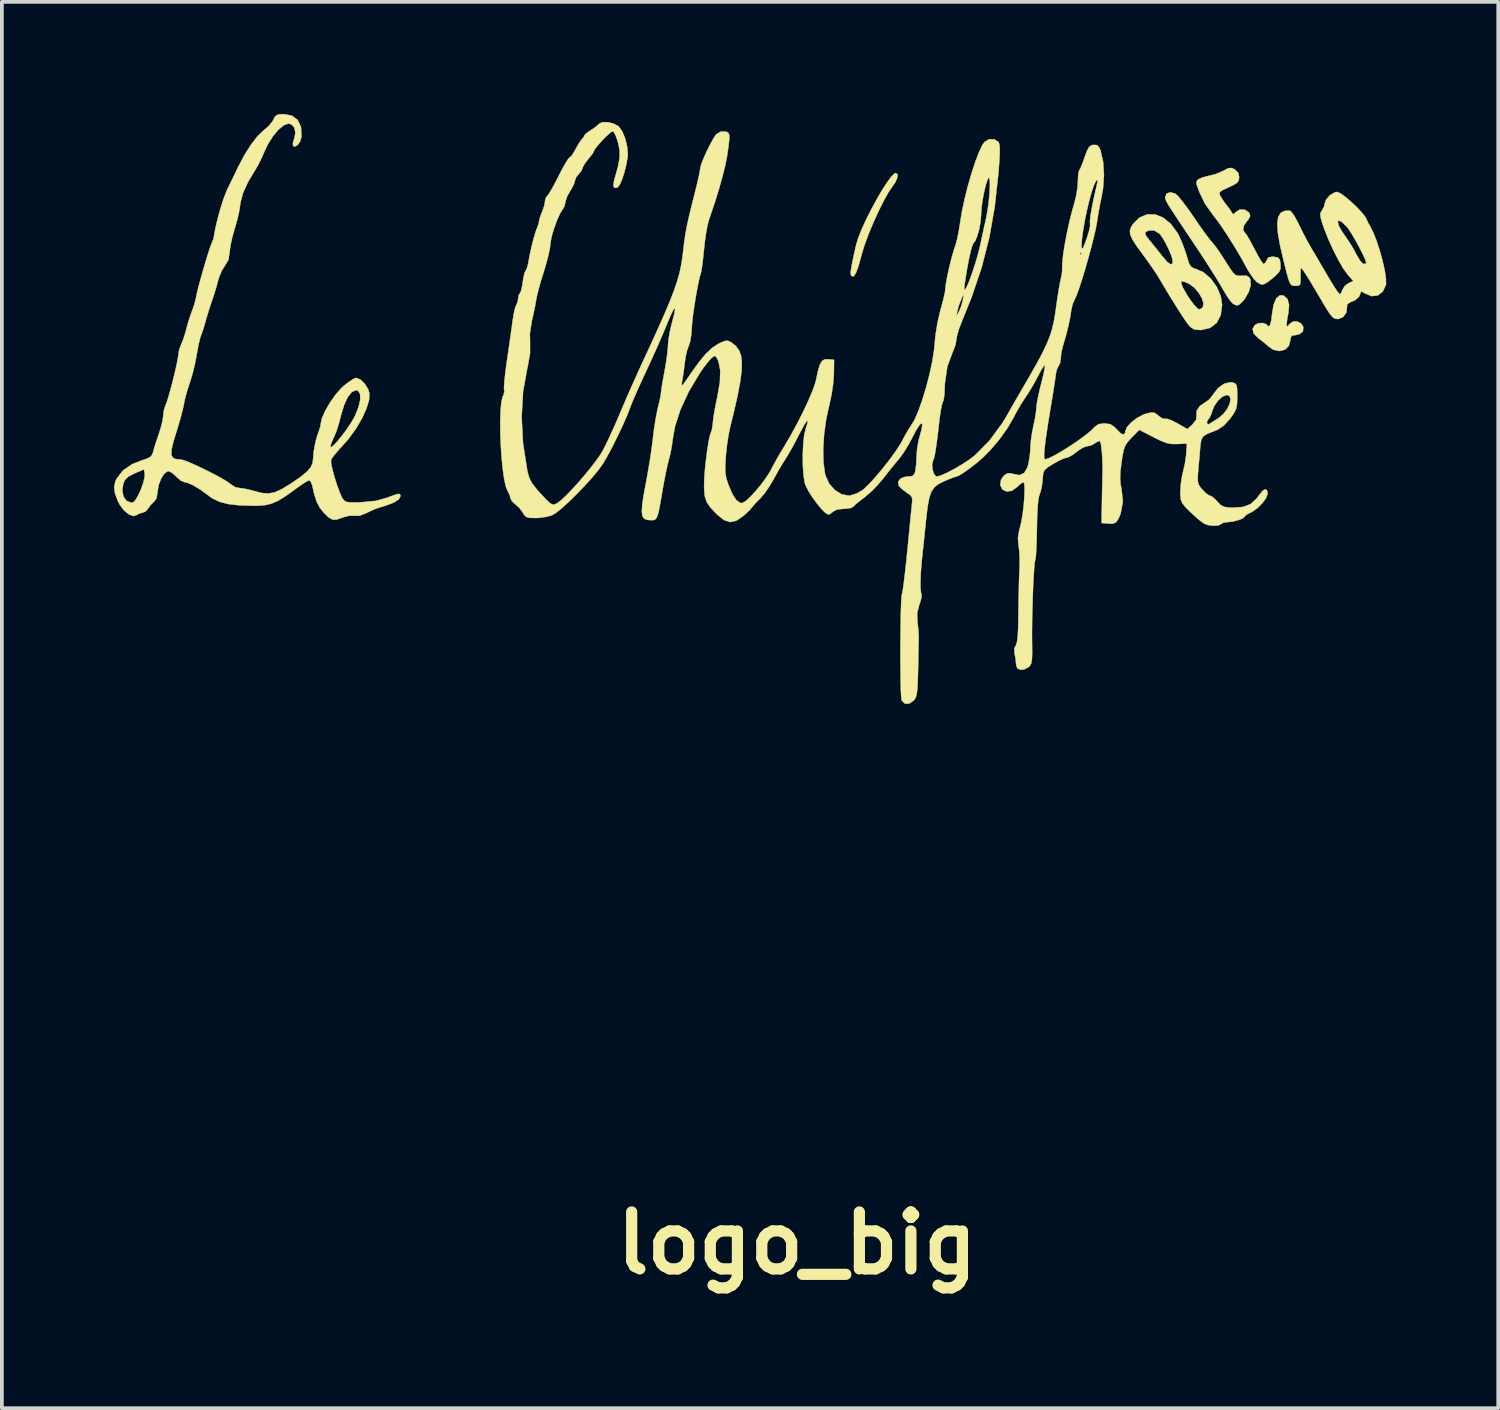
<source format=kicad_pcb>
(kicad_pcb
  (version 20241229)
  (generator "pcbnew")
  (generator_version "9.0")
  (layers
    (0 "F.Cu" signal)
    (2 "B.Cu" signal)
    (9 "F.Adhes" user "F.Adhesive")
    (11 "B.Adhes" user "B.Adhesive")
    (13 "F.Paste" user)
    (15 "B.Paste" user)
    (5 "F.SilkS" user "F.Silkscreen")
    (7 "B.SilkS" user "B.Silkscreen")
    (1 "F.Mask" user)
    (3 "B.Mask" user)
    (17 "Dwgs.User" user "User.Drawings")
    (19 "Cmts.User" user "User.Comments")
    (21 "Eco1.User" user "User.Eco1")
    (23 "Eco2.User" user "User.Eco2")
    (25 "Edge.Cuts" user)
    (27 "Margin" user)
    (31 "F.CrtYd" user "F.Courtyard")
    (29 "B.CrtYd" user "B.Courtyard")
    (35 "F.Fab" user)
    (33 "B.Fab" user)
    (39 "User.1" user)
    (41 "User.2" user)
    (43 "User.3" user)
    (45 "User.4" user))
  (footprint "logo_big"
    (layer "F.Cu")
    (at 18.288 30.231)
    (property "Reference" "logo_big" (at 0 0 0) (layer "F.SilkS") (effects (font (size 1.524 1.524) (thickness 0.3))))
    (attr through_hole)
    (fp_poly (pts (xy 2.69 -28.614) (xy 2.683 -28.521) (xy 2.631 -28.4) (xy 2.565 -28.305) (xy 2.457 -28.148) (xy 2.328 -27.918) (xy 2.188 -27.639) (xy 2.048 -27.332) (xy 1.919 -27.022) (xy 1.811 -26.732) (xy 1.734 -26.485) (xy 1.725 -26.45) (xy 1.647 -26.161) (xy 1.576 -25.971) (xy 1.514 -25.881) (xy 1.459 -25.892) (xy 1.45 -25.905) (xy 1.438 -25.939) (xy 1.436 -25.996) (xy 1.449 -26.093) (xy 1.477 -26.244) (xy 1.524 -26.466) (xy 1.581 -26.721) (xy 1.636 -26.905) (xy 1.727 -27.134) (xy 1.844 -27.391) (xy 1.979 -27.661) (xy 2.123 -27.927) (xy 2.266 -28.174) (xy 2.401 -28.384) (xy 2.517 -28.544) (xy 2.608 -28.635) (xy 2.645 -28.651) (xy 2.69 -28.614)) (stroke (width 0.01) (type solid)) (fill yes) (layer "F.SilkS"))
    (fp_poly (pts (xy 13.025 -25.37) (xy 13.128 -25.279) (xy 13.173 -25.121) (xy 13.155 -24.915) (xy 13.155 -24.911) (xy 13.125 -24.757) (xy 13.11 -24.629) (xy 13.109 -24.613) (xy 13.115 -24.542) (xy 13.145 -24.559) (xy 13.18 -24.604) (xy 13.279 -24.673) (xy 13.392 -24.673) (xy 13.493 -24.621) (xy 13.553 -24.532) (xy 13.546 -24.423) (xy 13.532 -24.397) (xy 13.441 -24.33) (xy 13.341 -24.31) (xy 13.242 -24.293) (xy 13.21 -24.219) (xy 13.208 -24.178) (xy 13.167 -24.022) (xy 13.062 -23.921) (xy 12.916 -23.883) (xy 12.755 -23.917) (xy 12.636 -23.996) (xy 12.5 -24.112) (xy 12.352 -24.226) (xy 12.349 -24.228) (xy 12.225 -24.352) (xy 12.197 -24.476) (xy 12.253 -24.577) (xy 12.35 -24.626) (xy 12.47 -24.635) (xy 12.561 -24.601) (xy 12.573 -24.587) (xy 12.625 -24.538) (xy 12.666 -24.579) (xy 12.698 -24.714) (xy 12.717 -24.877) (xy 12.76 -25.129) (xy 12.832 -25.298) (xy 12.929 -25.376) (xy 13.025 -25.37)) (stroke (width 0.01) (type solid)) (fill yes) (layer "F.SilkS"))
    (fp_poly (pts (xy 10.124 -28.098) (xy 10.127 -28.096) (xy 10.197 -28.033) (xy 10.307 -27.902) (xy 10.444 -27.722) (xy 10.593 -27.51) (xy 10.619 -27.471) (xy 10.769 -27.251) (xy 10.91 -27.054) (xy 11.025 -26.899) (xy 11.101 -26.806) (xy 11.108 -26.799) (xy 11.184 -26.708) (xy 11.293 -26.557) (xy 11.416 -26.371) (xy 11.469 -26.288) (xy 11.588 -26.099) (xy 11.671 -25.982) (xy 11.737 -25.92) (xy 11.803 -25.897) (xy 11.887 -25.898) (xy 11.905 -25.9) (xy 12.036 -25.899) (xy 12.105 -25.858) (xy 12.136 -25.798) (xy 12.146 -25.648) (xy 12.092 -25.465) (xy 11.987 -25.282) (xy 11.927 -25.21) (xy 11.837 -25.124) (xy 11.773 -25.103) (xy 11.69 -25.139) (xy 11.673 -25.149) (xy 11.607 -25.217) (xy 11.514 -25.348) (xy 11.412 -25.517) (xy 11.399 -25.541) (xy 11.309 -25.696) (xy 11.175 -25.913) (xy 11.011 -26.172) (xy 10.83 -26.452) (xy 10.674 -26.688) (xy 10.438 -27.04) (xy 10.252 -27.318) (xy 10.111 -27.531) (xy 10.009 -27.689) (xy 9.938 -27.802) (xy 9.894 -27.879) (xy 9.869 -27.931) (xy 9.859 -27.967) (xy 9.856 -27.997) (xy 9.856 -28.005) (xy 9.894 -28.099) (xy 9.993 -28.133) (xy 10.124 -28.098)) (stroke (width 0.01) (type solid)) (fill yes) (layer "F.SilkS"))
    (fp_poly (pts (xy 11.713 -28.751) (xy 11.814 -28.653) (xy 11.836 -28.538) (xy 11.825 -28.451) (xy 11.777 -28.385) (xy 11.669 -28.32) (xy 11.555 -28.267) (xy 11.401 -28.196) (xy 11.325 -28.144) (xy 11.308 -28.095) (xy 11.334 -28.029) (xy 11.334 -28.029) (xy 11.41 -27.908) (xy 11.508 -27.777) (xy 11.509 -27.777) (xy 11.594 -27.665) (xy 11.646 -27.579) (xy 11.648 -27.574) (xy 11.684 -27.544) (xy 11.745 -27.602) (xy 11.853 -27.671) (xy 11.984 -27.667) (xy 12.095 -27.594) (xy 12.109 -27.574) (xy 12.131 -27.493) (xy 12.081 -27.402) (xy 12.051 -27.368) (xy 11.96 -27.235) (xy 11.943 -27.119) (xy 11.99 -27.05) (xy 12.035 -26.993) (xy 12.111 -26.867) (xy 12.204 -26.695) (xy 12.245 -26.615) (xy 12.34 -26.436) (xy 12.422 -26.298) (xy 12.48 -26.221) (xy 12.494 -26.213) (xy 12.545 -26.255) (xy 12.574 -26.317) (xy 12.623 -26.391) (xy 12.724 -26.409) (xy 12.768 -26.406) (xy 12.876 -26.384) (xy 12.926 -26.325) (xy 12.944 -26.206) (xy 12.944 -26.091) (xy 12.908 -26.003) (xy 12.818 -25.907) (xy 12.736 -25.837) (xy 12.591 -25.723) (xy 12.494 -25.669) (xy 12.418 -25.669) (xy 12.333 -25.714) (xy 12.304 -25.734) (xy 12.228 -25.815) (xy 12.126 -25.961) (xy 12.018 -26.144) (xy 11.986 -26.204) (xy 11.874 -26.406) (xy 11.734 -26.642) (xy 11.58 -26.889) (xy 11.428 -27.123) (xy 11.292 -27.322) (xy 11.187 -27.461) (xy 11.167 -27.483) (xy 10.918 -27.832) (xy 10.769 -28.145) (xy 10.71 -28.302) (xy 10.69 -28.392) (xy 10.706 -28.445) (xy 10.745 -28.481) (xy 10.848 -28.528) (xy 10.999 -28.569) (xy 11.041 -28.577) (xy 11.225 -28.626) (xy 11.401 -28.702) (xy 11.421 -28.714) (xy 11.544 -28.778) (xy 11.632 -28.784) (xy 11.713 -28.751)) (stroke (width 0.01) (type solid)) (fill yes) (layer "F.SilkS"))
    (fp_poly (pts (xy 9.586 -27.54) (xy 9.802 -27.454) (xy 10.005 -27.289) (xy 10.183 -27.048) (xy 10.228 -26.963) (xy 10.322 -26.749) (xy 10.408 -26.511) (xy 10.439 -26.407) (xy 10.489 -26.241) (xy 10.54 -26.149) (xy 10.609 -26.102) (xy 10.669 -26.085) (xy 10.881 -25.992) (xy 11.077 -25.822) (xy 11.237 -25.6) (xy 11.344 -25.352) (xy 11.379 -25.122) (xy 11.343 -24.845) (xy 11.235 -24.638) (xy 11.061 -24.504) (xy 10.825 -24.448) (xy 10.795 -24.446) (xy 10.641 -24.459) (xy 10.535 -24.522) (xy 10.48 -24.583) (xy 10.397 -24.698) (xy 10.278 -24.878) (xy 10.137 -25.099) (xy 9.987 -25.34) (xy 9.844 -25.577) (xy 9.745 -25.746) (xy 10.286 -25.746) (xy 10.288 -25.683) (xy 10.338 -25.565) (xy 10.422 -25.417) (xy 10.523 -25.261) (xy 10.626 -25.123) (xy 10.716 -25.026) (xy 10.772 -24.994) (xy 10.832 -25.028) (xy 10.864 -25.061) (xy 10.883 -25.156) (xy 10.841 -25.292) (xy 10.754 -25.442) (xy 10.636 -25.58) (xy 10.506 -25.678) (xy 10.383 -25.733) (xy 10.299 -25.751) (xy 10.286 -25.746) (xy 9.745 -25.746) (xy 9.721 -25.787) (xy 9.71 -25.806) (xy 9.623 -25.947) (xy 9.494 -26.138) (xy 9.345 -26.348) (xy 9.26 -26.464) (xy 9.089 -26.698) (xy 8.977 -26.872) (xy 8.92 -27.003) (xy 8.917 -27.037) (xy 9.317 -27.037) (xy 9.342 -26.969) (xy 9.427 -26.859) (xy 9.542 -26.72) (xy 9.682 -26.546) (xy 9.776 -26.426) (xy 9.91 -26.269) (xy 10.001 -26.202) (xy 10.05 -26.226) (xy 10.058 -26.291) (xy 10.034 -26.399) (xy 9.971 -26.56) (xy 9.886 -26.738) (xy 9.796 -26.9) (xy 9.716 -27.012) (xy 9.708 -27.021) (xy 9.56 -27.114) (xy 9.408 -27.108) (xy 9.351 -27.08) (xy 9.317 -27.037) (xy 8.917 -27.037) (xy 8.911 -27.108) (xy 8.945 -27.206) (xy 8.994 -27.283) (xy 9.169 -27.457) (xy 9.371 -27.542) (xy 9.586 -27.54)) (stroke (width 0.01) (type solid)) (fill yes) (layer "F.SilkS"))
    (fp_poly (pts (xy 14.543 -28.108) (xy 14.672 -28.016) (xy 14.825 -27.887) (xy 14.981 -27.74) (xy 15.117 -27.595) (xy 15.213 -27.472) (xy 15.239 -27.425) (xy 15.298 -27.301) (xy 15.339 -27.229) (xy 15.426 -27.058) (xy 15.517 -26.829) (xy 15.602 -26.566) (xy 15.677 -26.294) (xy 15.734 -26.038) (xy 15.766 -25.822) (xy 15.768 -25.671) (xy 15.765 -25.655) (xy 15.681 -25.474) (xy 15.546 -25.371) (xy 15.379 -25.353) (xy 15.201 -25.428) (xy 15.118 -25.477) (xy 15.089 -25.46) (xy 15.088 -25.436) (xy 15.045 -25.337) (xy 14.94 -25.244) (xy 14.81 -25.188) (xy 14.808 -25.188) (xy 14.729 -25.136) (xy 14.723 -25.072) (xy 14.709 -24.92) (xy 14.625 -24.799) (xy 14.496 -24.741) (xy 14.472 -24.74) (xy 14.405 -24.749) (xy 14.342 -24.786) (xy 14.271 -24.868) (xy 14.179 -25.007) (xy 14.052 -25.22) (xy 14.044 -25.235) (xy 13.841 -25.58) (xy 13.683 -25.84) (xy 13.571 -26.014) (xy 13.506 -26.101) (xy 13.491 -26.111) (xy 13.481 -26.066) (xy 13.478 -25.95) (xy 13.479 -25.87) (xy 13.48 -25.724) (xy 13.461 -25.654) (xy 13.405 -25.631) (xy 13.34 -25.629) (xy 13.281 -25.631) (xy 13.236 -25.65) (xy 13.198 -25.699) (xy 13.16 -25.794) (xy 13.115 -25.951) (xy 13.055 -26.185) (xy 13.023 -26.314) (xy 12.928 -26.727) (xy 12.872 -27.054) (xy 12.857 -27.301) (xy 12.883 -27.475) (xy 12.951 -27.585) (xy 13.062 -27.637) (xy 13.197 -27.641) (xy 13.247 -27.595) (xy 13.325 -27.479) (xy 13.414 -27.315) (xy 13.437 -27.267) (xy 13.543 -27.052) (xy 13.656 -26.838) (xy 13.75 -26.669) (xy 13.753 -26.664) (xy 13.858 -26.488) (xy 13.981 -26.278) (xy 14.067 -26.13) (xy 14.246 -25.825) (xy 14.38 -25.605) (xy 14.473 -25.467) (xy 14.527 -25.406) (xy 14.536 -25.402) (xy 14.572 -25.443) (xy 14.598 -25.518) (xy 14.665 -25.627) (xy 14.761 -25.697) (xy 14.893 -25.757) (xy 14.738 -25.935) (xy 14.625 -26.09) (xy 14.494 -26.317) (xy 14.356 -26.587) (xy 14.224 -26.876) (xy 14.113 -27.157) (xy 14.079 -27.254) (xy 14.05 -27.347) (xy 14.475 -27.347) (xy 14.499 -27.247) (xy 14.587 -27.088) (xy 14.618 -27.043) (xy 14.747 -26.855) (xy 14.839 -26.713) (xy 14.915 -26.582) (xy 14.996 -26.429) (xy 15.075 -26.302) (xy 15.147 -26.224) (xy 15.174 -26.213) (xy 15.235 -26.229) (xy 15.24 -26.24) (xy 15.216 -26.321) (xy 15.152 -26.464) (xy 15.061 -26.643) (xy 14.958 -26.834) (xy 14.855 -27.011) (xy 14.766 -27.15) (xy 14.724 -27.205) (xy 14.592 -27.334) (xy 14.507 -27.379) (xy 14.475 -27.347) (xy 14.05 -27.347) (xy 14.025 -27.427) (xy 14.007 -27.533) (xy 14.021 -27.6) (xy 14.05 -27.639) (xy 14.111 -27.753) (xy 14.122 -27.821) (xy 14.165 -27.939) (xy 14.267 -28.054) (xy 14.393 -28.13) (xy 14.459 -28.143) (xy 14.543 -28.108)) (stroke (width 0.01) (type solid)) (fill yes) (layer "F.SilkS"))
    (fp_poly (pts (xy -13.524 -30.186) (xy -13.368 -30.07) (xy -13.28 -29.883) (xy -13.266 -29.631) (xy -13.268 -29.616) (xy -13.304 -29.491) (xy -13.372 -29.396) (xy -13.448 -29.358) (xy -13.492 -29.375) (xy -13.498 -29.441) (xy -13.466 -29.554) (xy -13.462 -29.566) (xy -13.429 -29.727) (xy -13.459 -29.866) (xy -13.542 -29.954) (xy -13.615 -29.972) (xy -13.741 -29.928) (xy -13.887 -29.807) (xy -14.035 -29.629) (xy -14.17 -29.412) (xy -14.249 -29.245) (xy -14.339 -29.042) (xy -14.434 -28.851) (xy -14.512 -28.72) (xy -14.7 -28.406) (xy -14.834 -28.108) (xy -14.903 -27.847) (xy -14.908 -27.796) (xy -14.933 -27.631) (xy -14.982 -27.414) (xy -15.046 -27.187) (xy -15.057 -27.153) (xy -15.119 -26.933) (xy -15.166 -26.721) (xy -15.188 -26.556) (xy -15.189 -26.534) (xy -15.223 -26.324) (xy -15.314 -26.173) (xy -15.403 -26.031) (xy -15.478 -25.848) (xy -15.498 -25.776) (xy -15.551 -25.578) (xy -15.621 -25.353) (xy -15.657 -25.248) (xy -15.731 -25.028) (xy -15.804 -24.789) (xy -15.832 -24.689) (xy -15.882 -24.514) (xy -15.93 -24.368) (xy -15.955 -24.308) (xy -15.985 -24.212) (xy -16.024 -24.047) (xy -16.062 -23.842) (xy -16.074 -23.774) (xy -16.122 -23.526) (xy -16.185 -23.27) (xy -16.249 -23.058) (xy -16.256 -23.038) (xy -16.326 -22.825) (xy -16.386 -22.603) (xy -16.411 -22.479) (xy -16.446 -22.316) (xy -16.504 -22.094) (xy -16.575 -21.851) (xy -16.608 -21.742) (xy -16.696 -21.456) (xy -16.744 -21.25) (xy -16.752 -21.113) (xy -16.717 -21.032) (xy -16.638 -20.992) (xy -16.513 -20.98) (xy -16.501 -20.98) (xy -16.409 -20.957) (xy -16.251 -20.895) (xy -16.049 -20.805) (xy -15.826 -20.697) (xy -15.603 -20.584) (xy -15.404 -20.476) (xy -15.249 -20.384) (xy -15.163 -20.319) (xy -15.161 -20.317) (xy -15.042 -20.24) (xy -14.94 -20.218) (xy -14.813 -20.203) (xy -14.642 -20.165) (xy -14.559 -20.142) (xy -14.337 -20.084) (xy -14.156 -20.068) (xy -13.986 -20.1) (xy -13.799 -20.184) (xy -13.565 -20.326) (xy -13.536 -20.345) (xy -13.292 -20.513) (xy -13.125 -20.649) (xy -13.021 -20.768) (xy -12.969 -20.885) (xy -12.954 -21.015) (xy -12.954 -21.016) (xy -12.94 -21.186) (xy -12.916 -21.322) (xy -12.495 -21.322) (xy -12.468 -21.311) (xy -12.397 -21.368) (xy -12.297 -21.477) (xy -12.179 -21.622) (xy -12.058 -21.785) (xy -11.946 -21.952) (xy -11.856 -22.104) (xy -11.836 -22.144) (xy -11.74 -22.379) (xy -11.694 -22.58) (xy -11.698 -22.732) (xy -11.752 -22.819) (xy -11.809 -22.835) (xy -11.919 -22.786) (xy -12.027 -22.65) (xy -12.126 -22.439) (xy -12.208 -22.168) (xy -12.216 -22.134) (xy -12.272 -21.92) (xy -12.339 -21.717) (xy -12.398 -21.576) (xy -12.459 -21.442) (xy -12.493 -21.341) (xy -12.495 -21.322) (xy -12.916 -21.322) (xy -12.903 -21.395) (xy -12.853 -21.596) (xy -12.8 -21.745) (xy -12.796 -21.754) (xy -12.756 -21.882) (xy -12.751 -21.94) (xy -12.719 -22.086) (xy -12.632 -22.28) (xy -12.509 -22.494) (xy -12.364 -22.703) (xy -12.213 -22.879) (xy -12.129 -22.957) (xy -11.987 -23.065) (xy -11.869 -23.14) (xy -11.807 -23.165) (xy -11.692 -23.121) (xy -11.575 -23.011) (xy -11.484 -22.865) (xy -11.448 -22.751) (xy -11.458 -22.57) (xy -11.529 -22.338) (xy -11.649 -22.076) (xy -11.808 -21.805) (xy -11.995 -21.546) (xy -12.14 -21.38) (xy -12.283 -21.224) (xy -12.397 -21.086) (xy -12.466 -20.989) (xy -12.475 -20.969) (xy -12.473 -20.88) (xy -12.441 -20.724) (xy -12.389 -20.529) (xy -12.325 -20.321) (xy -12.256 -20.129) (xy -12.191 -19.979) (xy -12.164 -19.93) (xy -12.12 -19.876) (xy -12.059 -19.844) (xy -11.956 -19.831) (xy -11.787 -19.83) (xy -11.673 -19.834) (xy -11.273 -19.873) (xy -10.973 -19.957) (xy -10.792 -20.025) (xy -10.686 -20.057) (xy -10.634 -20.053) (xy -10.618 -20.017) (xy -10.617 -19.991) (xy -10.666 -19.909) (xy -10.804 -19.823) (xy -11.02 -19.741) (xy -11.125 -19.711) (xy -11.31 -19.649) (xy -11.484 -19.569) (xy -11.522 -19.548) (xy -11.714 -19.472) (xy -11.837 -19.474) (xy -11.99 -19.474) (xy -12.157 -19.432) (xy -12.163 -19.429) (xy -12.32 -19.372) (xy -12.432 -19.368) (xy -12.536 -19.426) (xy -12.66 -19.545) (xy -12.772 -19.682) (xy -12.857 -19.841) (xy -12.925 -20.05) (xy -12.978 -20.282) (xy -13.016 -20.383) (xy -13.062 -20.422) (xy -13.127 -20.393) (xy -13.248 -20.317) (xy -13.401 -20.209) (xy -13.428 -20.188) (xy -13.684 -20.004) (xy -13.889 -19.877) (xy -14.069 -19.798) (xy -14.25 -19.756) (xy -14.457 -19.742) (xy -14.529 -19.741) (xy -14.918 -19.752) (xy -15.223 -19.786) (xy -15.462 -19.847) (xy -15.649 -19.937) (xy -15.723 -19.989) (xy -15.957 -20.162) (xy -16.164 -20.289) (xy -16.325 -20.359) (xy -16.39 -20.371) (xy -16.484 -20.407) (xy -16.596 -20.497) (xy -16.625 -20.527) (xy -16.73 -20.622) (xy -16.825 -20.667) (xy -16.846 -20.667) (xy -16.936 -20.605) (xy -17.022 -20.473) (xy -17.088 -20.305) (xy -17.119 -20.133) (xy -17.12 -20.108) (xy -17.15 -19.932) (xy -17.213 -19.853) (xy -17.312 -19.754) (xy -17.367 -19.672) (xy -17.446 -19.585) (xy -17.518 -19.558) (xy -17.63 -19.525) (xy -17.669 -19.496) (xy -17.763 -19.465) (xy -17.885 -19.509) (xy -18.014 -19.613) (xy -18.129 -19.762) (xy -18.183 -19.866) (xy -18.261 -20.078) (xy -18.271 -20.152) (xy -18.065 -20.152) (xy -18.033 -19.988) (xy -17.95 -19.871) (xy -17.827 -19.823) (xy -17.781 -19.826) (xy -17.725 -19.876) (xy -17.651 -19.996) (xy -17.573 -20.158) (xy -17.508 -20.339) (xy -17.468 -20.498) (xy -17.462 -20.596) (xy -17.485 -20.714) (xy -17.733 -20.609) (xy -17.899 -20.524) (xy -17.993 -20.432) (xy -18.036 -20.341) (xy -18.065 -20.152) (xy -18.271 -20.152) (xy -18.283 -20.242) (xy -18.25 -20.39) (xy -18.214 -20.469) (xy -18.047 -20.685) (xy -17.799 -20.855) (xy -17.553 -20.952) (xy -17.387 -21.008) (xy -17.294 -21.065) (xy -17.25 -21.142) (xy -17.242 -21.172) (xy -17.209 -21.29) (xy -17.154 -21.465) (xy -17.089 -21.657) (xy -17.027 -21.852) (xy -16.984 -22.031) (xy -16.967 -22.153) (xy -16.952 -22.294) (xy -16.921 -22.391) (xy -16.878 -22.503) (xy -16.82 -22.687) (xy -16.756 -22.917) (xy -16.692 -23.166) (xy -16.634 -23.409) (xy -16.589 -23.619) (xy -16.564 -23.77) (xy -16.561 -23.813) (xy -16.539 -23.928) (xy -16.488 -24.059) (xy -16.431 -24.198) (xy -16.374 -24.38) (xy -16.354 -24.46) (xy -16.296 -24.67) (xy -16.224 -24.886) (xy -16.2 -24.947) (xy -16.138 -25.127) (xy -16.092 -25.302) (xy -16.082 -25.354) (xy -16.058 -25.47) (xy -16.012 -25.651) (xy -15.951 -25.873) (xy -15.883 -26.113) (xy -15.813 -26.347) (xy -15.749 -26.553) (xy -15.697 -26.706) (xy -15.665 -26.783) (xy -15.622 -26.891) (xy -15.616 -26.923) (xy -15.575 -27.157) (xy -15.509 -27.436) (xy -15.429 -27.724) (xy -15.343 -27.987) (xy -15.263 -28.19) (xy -15.249 -28.219) (xy -15.143 -28.436) (xy -15.031 -28.668) (xy -14.966 -28.804) (xy -14.801 -29.119) (xy -14.622 -29.403) (xy -14.444 -29.634) (xy -14.28 -29.791) (xy -14.266 -29.801) (xy -14.134 -29.917) (xy -14.035 -30.045) (xy -14.019 -30.079) (xy -13.966 -30.174) (xy -13.888 -30.216) (xy -13.749 -30.226) (xy -13.745 -30.226) (xy -13.524 -30.186)) (stroke (width 0.01) (type solid)) (fill yes) (layer "F.SilkS"))
    (fp_poly (pts (xy -4.918 -29.974) (xy -4.786 -29.905) (xy -4.771 -29.892) (xy -4.677 -29.759) (xy -4.598 -29.564) (xy -4.546 -29.343) (xy -4.531 -29.136) (xy -4.534 -29.09) (xy -4.569 -28.882) (xy -4.622 -28.67) (xy -4.684 -28.479) (xy -4.747 -28.335) (xy -4.803 -28.263) (xy -4.807 -28.261) (xy -4.887 -28.25) (xy -4.917 -28.306) (xy -4.9 -28.438) (xy -4.865 -28.563) (xy -4.788 -28.843) (xy -4.75 -29.062) (xy -4.749 -29.248) (xy -4.783 -29.434) (xy -4.799 -29.492) (xy -4.852 -29.642) (xy -4.904 -29.743) (xy -4.935 -29.769) (xy -4.994 -29.734) (xy -5.095 -29.644) (xy -5.213 -29.525) (xy -5.324 -29.402) (xy -5.406 -29.298) (xy -5.435 -29.242) (xy -5.466 -29.18) (xy -5.545 -29.076) (xy -5.588 -29.024) (xy -5.68 -28.905) (xy -5.735 -28.809) (xy -5.74 -28.784) (xy -5.775 -28.703) (xy -5.842 -28.626) (xy -5.919 -28.526) (xy -5.944 -28.447) (xy -5.971 -28.354) (xy -6.039 -28.222) (xy -6.071 -28.173) (xy -6.15 -28.033) (xy -6.194 -27.909) (xy -6.198 -27.878) (xy -6.23 -27.75) (xy -6.267 -27.69) (xy -6.343 -27.569) (xy -6.426 -27.383) (xy -6.505 -27.167) (xy -6.568 -26.956) (xy -6.601 -26.785) (xy -6.604 -26.742) (xy -6.62 -26.616) (xy -6.662 -26.423) (xy -6.724 -26.192) (xy -6.78 -26.007) (xy -6.856 -25.762) (xy -6.922 -25.528) (xy -6.969 -25.336) (xy -6.987 -25.24) (xy -7.017 -25.066) (xy -7.062 -24.851) (xy -7.097 -24.703) (xy -7.152 -24.358) (xy -7.148 -24.108) (xy -7.148 -23.827) (xy -7.205 -23.496) (xy -7.22 -23.433) (xy -7.334 -22.801) (xy -7.373 -22.12) (xy -7.335 -21.409) (xy -7.222 -20.687) (xy -7.213 -20.641) (xy -7.167 -20.485) (xy -7.092 -20.342) (xy -6.971 -20.184) (xy -6.857 -20.057) (xy -6.711 -19.903) (xy -6.615 -19.813) (xy -6.548 -19.774) (xy -6.49 -19.777) (xy -6.422 -19.81) (xy -6.418 -19.812) (xy -6.307 -19.897) (xy -6.152 -20.045) (xy -5.968 -20.238) (xy -5.772 -20.459) (xy -5.58 -20.689) (xy -5.408 -20.909) (xy -5.27 -21.102) (xy -5.209 -21.202) (xy -5.122 -21.37) (xy -5.011 -21.604) (xy -4.888 -21.874) (xy -4.767 -22.153) (xy -4.746 -22.203) (xy -4.609 -22.525) (xy -4.449 -22.892) (xy -4.285 -23.259) (xy -4.142 -23.571) (xy -3.899 -24.096) (xy -3.697 -24.541) (xy -3.531 -24.917) (xy -3.397 -25.236) (xy -3.292 -25.508) (xy -3.211 -25.746) (xy -3.15 -25.96) (xy -3.106 -26.162) (xy -3.073 -26.362) (xy -3.05 -26.545) (xy -3.023 -26.778) (xy -2.993 -26.988) (xy -2.955 -27.2) (xy -2.904 -27.435) (xy -2.837 -27.718) (xy -2.748 -28.07) (xy -2.723 -28.169) (xy -2.668 -28.393) (xy -2.624 -28.588) (xy -2.597 -28.729) (xy -2.591 -28.78) (xy -2.568 -28.874) (xy -2.508 -29.029) (xy -2.425 -29.216) (xy -2.331 -29.406) (xy -2.24 -29.571) (xy -2.166 -29.684) (xy -2.046 -29.756) (xy -1.947 -29.76) (xy -1.879 -29.748) (xy -1.835 -29.721) (xy -1.814 -29.661) (xy -1.815 -29.552) (xy -1.834 -29.376) (xy -1.871 -29.117) (xy -1.872 -29.108) (xy -1.918 -28.871) (xy -1.994 -28.564) (xy -2.092 -28.213) (xy -2.207 -27.843) (xy -2.33 -27.478) (xy -2.359 -27.397) (xy -2.396 -27.256) (xy -2.435 -27.046) (xy -2.47 -26.8) (xy -2.489 -26.624) (xy -2.513 -26.391) (xy -2.536 -26.191) (xy -2.557 -26.05) (xy -2.569 -25.994) (xy -2.607 -25.861) (xy -2.652 -25.654) (xy -2.699 -25.402) (xy -2.744 -25.131) (xy -2.782 -24.87) (xy -2.808 -24.645) (xy -2.817 -24.511) (xy -2.832 -24.311) (xy -2.862 -24.136) (xy -2.898 -24.028) (xy -2.942 -23.908) (xy -2.982 -23.732) (xy -3.002 -23.597) (xy -3.028 -23.389) (xy -3.057 -23.187) (xy -3.074 -23.089) (xy -3.089 -22.999) (xy -3.084 -22.962) (xy -3.053 -22.985) (xy -2.985 -23.076) (xy -2.871 -23.241) (xy -2.839 -23.289) (xy -2.627 -23.586) (xy -2.445 -23.806) (xy -2.278 -23.963) (xy -2.112 -24.074) (xy -2.062 -24.099) (xy -1.935 -24.153) (xy -1.851 -24.159) (xy -1.767 -24.119) (xy -1.751 -24.108) (xy -1.638 -24.017) (xy -1.555 -23.906) (xy -1.501 -23.765) (xy -1.478 -23.584) (xy -1.484 -23.354) (xy -1.521 -23.064) (xy -1.589 -22.705) (xy -1.687 -22.268) (xy -1.797 -21.819) (xy -1.837 -21.621) (xy -1.875 -21.369) (xy -1.903 -21.109) (xy -1.908 -21.05) (xy -1.922 -20.812) (xy -1.919 -20.638) (xy -1.897 -20.492) (xy -1.85 -20.34) (xy -1.831 -20.288) (xy -1.724 -20.041) (xy -1.621 -19.886) (xy -1.516 -19.817) (xy -1.474 -19.812) (xy -1.395 -19.851) (xy -1.276 -19.955) (xy -1.134 -20.105) (xy -0.985 -20.281) (xy -0.847 -20.465) (xy -0.735 -20.636) (xy -0.698 -20.705) (xy -0.608 -20.875) (xy -0.489 -21.086) (xy -0.364 -21.295) (xy -0.354 -21.311) (xy -0.177 -21.611) (xy -0.001 -21.933) (xy 0.163 -22.257) (xy 0.306 -22.563) (xy 0.419 -22.831) (xy 0.492 -23.041) (xy 0.509 -23.109) (xy 0.563 -23.359) (xy 0.614 -23.524) (xy 0.671 -23.619) (xy 0.743 -23.66) (xy 0.833 -23.663) (xy 0.991 -23.647) (xy 0.986 -23.266) (xy 0.967 -23.008) (xy 0.924 -22.717) (xy 0.872 -22.479) (xy 0.784 -22.08) (xy 0.726 -21.667) (xy 0.7 -21.266) (xy 0.707 -20.903) (xy 0.748 -20.603) (xy 0.762 -20.549) (xy 0.86 -20.334) (xy 1.012 -20.161) (xy 1.194 -20.048) (xy 1.384 -20.011) (xy 1.428 -20.016) (xy 1.601 -20.072) (xy 1.758 -20.162) (xy 1.758 -20.163) (xy 1.902 -20.295) (xy 2.082 -20.49) (xy 2.278 -20.721) (xy 2.471 -20.966) (xy 2.641 -21.2) (xy 2.77 -21.399) (xy 2.805 -21.463) (xy 2.9 -21.64) (xy 2.991 -21.796) (xy 3.051 -21.884) (xy 3.147 -22.046) (xy 3.251 -22.287) (xy 3.357 -22.585) (xy 3.458 -22.918) (xy 3.547 -23.264) (xy 3.62 -23.602) (xy 3.669 -23.909) (xy 3.685 -24.09) (xy 3.712 -24.346) (xy 3.761 -24.642) (xy 3.801 -24.816) (xy 4.262 -24.816) (xy 4.335 -24.943) (xy 4.395 -25.085) (xy 4.438 -25.248) (xy 4.469 -25.425) (xy 4.396 -25.267) (xy 4.334 -25.108) (xy 4.293 -24.963) (xy 4.262 -24.816) (xy 3.801 -24.816) (xy 3.824 -24.92) (xy 3.837 -24.968) (xy 3.894 -25.177) (xy 3.938 -25.354) (xy 3.963 -25.473) (xy 3.966 -25.502) (xy 3.97 -25.538) (xy 4.475 -25.538) (xy 4.493 -25.517) (xy 4.537 -25.587) (xy 4.605 -25.746) (xy 4.688 -25.973) (xy 4.769 -26.217) (xy 4.844 -26.476) (xy 4.9 -26.698) (xy 4.905 -26.721) (xy 4.954 -26.95) (xy 5.012 -27.215) (xy 5.059 -27.427) (xy 5.097 -27.628) (xy 5.128 -27.848) (xy 5.15 -28.068) (xy 5.162 -28.265) (xy 5.162 -28.42) (xy 5.15 -28.511) (xy 5.131 -28.525) (xy 5.094 -28.458) (xy 5.05 -28.318) (xy 5.006 -28.13) (xy 4.967 -27.922) (xy 4.939 -27.721) (xy 4.928 -27.553) (xy 4.928 -27.544) (xy 4.914 -27.355) (xy 4.878 -27.153) (xy 4.827 -26.967) (xy 4.77 -26.829) (xy 4.724 -26.772) (xy 4.691 -26.707) (xy 4.648 -26.555) (xy 4.599 -26.333) (xy 4.547 -26.053) (xy 4.496 -25.732) (xy 4.484 -25.654) (xy 4.475 -25.538) (xy 3.97 -25.538) (xy 3.98 -25.648) (xy 4.017 -25.86) (xy 4.071 -26.11) (xy 4.135 -26.367) (xy 4.203 -26.601) (xy 4.244 -26.726) (xy 4.283 -26.864) (xy 4.324 -27.064) (xy 4.361 -27.288) (xy 4.368 -27.335) (xy 4.417 -27.634) (xy 4.488 -27.962) (xy 4.573 -28.301) (xy 4.669 -28.632) (xy 4.768 -28.935) (xy 4.865 -29.192) (xy 4.954 -29.384) (xy 5.016 -29.477) (xy 5.139 -29.552) (xy 5.279 -29.554) (xy 5.387 -29.487) (xy 5.412 -29.437) (xy 5.425 -29.352) (xy 5.427 -29.215) (xy 5.418 -29.012) (xy 5.398 -28.727) (xy 5.39 -28.636) (xy 5.293 -27.747) (xy 5.147 -26.92) (xy 4.944 -26.125) (xy 4.677 -25.331) (xy 4.424 -24.704) (xy 4.348 -24.509) (xy 4.292 -24.331) (xy 4.268 -24.205) (xy 4.267 -24.194) (xy 4.244 -24.057) (xy 4.185 -23.893) (xy 4.164 -23.849) (xy 4.023 -23.467) (xy 3.958 -23.021) (xy 3.953 -22.885) (xy 3.944 -22.713) (xy 3.924 -22.579) (xy 3.904 -22.523) (xy 3.878 -22.449) (xy 3.849 -22.301) (xy 3.819 -22.105) (xy 3.809 -22.015) (xy 3.765 -21.634) (xy 3.727 -21.345) (xy 3.694 -21.138) (xy 3.664 -21.005) (xy 3.638 -20.939) (xy 3.615 -20.84) (xy 3.627 -20.713) (xy 3.665 -20.595) (xy 3.719 -20.528) (xy 3.737 -20.523) (xy 3.845 -20.55) (xy 4.012 -20.623) (xy 4.212 -20.728) (xy 4.421 -20.851) (xy 4.616 -20.979) (xy 4.763 -21.092) (xy 5.152 -21.485) (xy 5.503 -21.964) (xy 5.635 -22.185) (xy 5.757 -22.402) (xy 5.889 -22.631) (xy 5.992 -22.809) (xy 6.228 -23.214) (xy 6.417 -23.547) (xy 6.565 -23.824) (xy 6.678 -24.059) (xy 6.763 -24.267) (xy 6.826 -24.463) (xy 6.873 -24.662) (xy 6.911 -24.88) (xy 6.936 -25.055) (xy 6.971 -25.304) (xy 7.007 -25.534) (xy 7.04 -25.715) (xy 7.058 -25.799) (xy 7.088 -25.941) (xy 7.099 -26.05) (xy 7.098 -26.06) (xy 7.099 -26.216) (xy 7.123 -26.446) (xy 7.13 -26.492) (xy 7.569 -26.492) (xy 7.595 -26.467) (xy 7.62 -26.492) (xy 7.595 -26.518) (xy 7.569 -26.492) (xy 7.13 -26.492) (xy 7.166 -26.729) (xy 7.175 -26.774) (xy 7.617 -26.774) (xy 7.619 -26.656) (xy 7.641 -26.619) (xy 7.666 -26.663) (xy 7.713 -26.779) (xy 7.767 -26.931) (xy 7.817 -27.097) (xy 7.845 -27.226) (xy 7.845 -27.285) (xy 7.84 -27.359) (xy 7.858 -27.515) (xy 7.896 -27.736) (xy 7.951 -28.006) (xy 8.006 -28.245) (xy 8.04 -28.397) (xy 8.046 -28.464) (xy 8.026 -28.46) (xy 8.003 -28.432) (xy 7.95 -28.328) (xy 7.892 -28.157) (xy 7.83 -27.939) (xy 7.77 -27.691) (xy 7.715 -27.432) (xy 7.669 -27.18) (xy 7.635 -26.955) (xy 7.617 -26.774) (xy 7.175 -26.774) (xy 7.225 -27.04) (xy 7.294 -27.359) (xy 7.371 -27.66) (xy 7.42 -27.827) (xy 7.474 -28.047) (xy 7.51 -28.278) (xy 7.518 -28.415) (xy 7.525 -28.574) (xy 7.542 -28.688) (xy 7.556 -28.723) (xy 7.591 -28.787) (xy 7.645 -28.919) (xy 7.7 -29.074) (xy 7.765 -29.249) (xy 7.822 -29.348) (xy 7.886 -29.393) (xy 7.936 -29.403) (xy 8.032 -29.396) (xy 8.093 -29.328) (xy 8.125 -29.251) (xy 8.194 -28.952) (xy 8.217 -28.601) (xy 8.192 -28.234) (xy 8.158 -28.042) (xy 8.108 -27.796) (xy 8.06 -27.532) (xy 8.029 -27.33) (xy 7.997 -27.156) (xy 7.943 -26.922) (xy 7.873 -26.646) (xy 7.792 -26.351) (xy 7.707 -26.055) (xy 7.623 -25.778) (xy 7.545 -25.542) (xy 7.48 -25.365) (xy 7.436 -25.27) (xy 7.376 -25.135) (xy 7.34 -24.97) (xy 7.338 -24.956) (xy 7.311 -24.778) (xy 7.26 -24.538) (xy 7.193 -24.274) (xy 7.118 -24.019) (xy 7.112 -23.999) (xy 7.074 -23.834) (xy 7.061 -23.692) (xy 7.043 -23.564) (xy 7.003 -23.483) (xy 6.955 -23.391) (xy 6.931 -23.282) (xy 6.918 -23.183) (xy 6.892 -23.005) (xy 6.855 -22.77) (xy 6.811 -22.501) (xy 6.79 -22.377) (xy 6.716 -21.923) (xy 6.662 -21.563) (xy 6.628 -21.294) (xy 6.614 -21.11) (xy 6.618 -21.008) (xy 6.636 -20.981) (xy 6.736 -21.011) (xy 6.897 -21.091) (xy 7.097 -21.206) (xy 7.315 -21.344) (xy 7.532 -21.491) (xy 7.726 -21.633) (xy 7.878 -21.758) (xy 7.966 -21.851) (xy 8.073 -21.926) (xy 8.228 -21.946) (xy 8.386 -21.925) (xy 8.506 -21.844) (xy 8.552 -21.793) (xy 8.668 -21.677) (xy 8.749 -21.646) (xy 8.786 -21.701) (xy 8.788 -21.732) (xy 8.831 -21.842) (xy 8.943 -21.968) (xy 9.097 -22.088) (xy 9.269 -22.18) (xy 9.335 -22.203) (xy 9.476 -22.238) (xy 9.564 -22.233) (xy 9.643 -22.181) (xy 9.674 -22.152) (xy 9.773 -22.082) (xy 9.848 -22.068) (xy 9.852 -22.071) (xy 9.922 -22.065) (xy 10.049 -22.017) (xy 10.179 -21.949) (xy 10.451 -21.794) (xy 10.588 -21.921) (xy 10.623 -21.965) (xy 10.973 -21.965) (xy 10.998 -21.917) (xy 11.036 -21.931) (xy 11.118 -21.983) (xy 11.243 -22.062) (xy 11.281 -22.085) (xy 11.411 -22.194) (xy 11.515 -22.329) (xy 11.582 -22.469) (xy 11.607 -22.593) (xy 11.58 -22.68) (xy 11.508 -22.708) (xy 11.39 -22.664) (xy 11.267 -22.554) (xy 11.166 -22.405) (xy 11.125 -22.301) (xy 11.08 -22.168) (xy 11.033 -22.082) (xy 11.022 -22.072) (xy 10.977 -21.999) (xy 10.973 -21.965) (xy 10.623 -21.965) (xy 10.686 -22.045) (xy 10.694 -22.146) (xy 10.699 -22.282) (xy 10.784 -22.412) (xy 10.923 -22.505) (xy 11.035 -22.586) (xy 11.135 -22.712) (xy 11.143 -22.726) (xy 11.269 -22.89) (xy 11.429 -23.004) (xy 11.594 -23.048) (xy 11.662 -23.042) (xy 11.728 -23.017) (xy 11.765 -22.971) (xy 11.781 -22.876) (xy 11.785 -22.709) (xy 11.785 -22.669) (xy 11.78 -22.475) (xy 11.756 -22.341) (xy 11.699 -22.222) (xy 11.596 -22.077) (xy 11.594 -22.075) (xy 11.436 -21.896) (xy 11.27 -21.783) (xy 11.155 -21.734) (xy 10.978 -21.666) (xy 10.875 -21.6) (xy 10.823 -21.511) (xy 10.8 -21.371) (xy 10.794 -21.305) (xy 10.778 -21.12) (xy 10.758 -20.888) (xy 10.741 -20.698) (xy 10.727 -20.507) (xy 10.731 -20.383) (xy 10.76 -20.294) (xy 10.821 -20.207) (xy 10.845 -20.178) (xy 10.946 -20.076) (xy 11.031 -20.019) (xy 11.049 -20.015) (xy 11.122 -19.979) (xy 11.221 -19.889) (xy 11.251 -19.854) (xy 11.343 -19.76) (xy 11.436 -19.711) (xy 11.572 -19.692) (xy 11.67 -19.689) (xy 11.938 -19.709) (xy 12.139 -19.785) (xy 12.301 -19.93) (xy 12.368 -20.022) (xy 12.47 -20.148) (xy 12.547 -20.186) (xy 12.591 -20.136) (xy 12.598 -20.065) (xy 12.56 -19.952) (xy 12.46 -19.814) (xy 12.327 -19.68) (xy 12.185 -19.579) (xy 12.141 -19.558) (xy 12.037 -19.504) (xy 11.989 -19.458) (xy 11.989 -19.455) (xy 11.944 -19.41) (xy 11.833 -19.363) (xy 11.69 -19.324) (xy 11.548 -19.304) (xy 11.527 -19.304) (xy 11.413 -19.288) (xy 11.354 -19.253) (xy 11.278 -19.214) (xy 11.147 -19.205) (xy 11 -19.225) (xy 10.906 -19.259) (xy 10.815 -19.322) (xy 10.681 -19.434) (xy 10.533 -19.571) (xy 10.528 -19.575) (xy 10.39 -19.713) (xy 10.311 -19.813) (xy 10.273 -19.91) (xy 10.262 -20.033) (xy 10.262 -20.119) (xy 10.276 -20.338) (xy 10.313 -20.565) (xy 10.335 -20.654) (xy 10.383 -20.865) (xy 10.416 -21.09) (xy 10.422 -21.156) (xy 10.436 -21.407) (xy 10.18 -21.394) (xy 10.03 -21.395) (xy 9.889 -21.423) (xy 9.725 -21.487) (xy 9.543 -21.577) (xy 9.163 -21.774) (xy 8.956 -21.564) (xy 8.856 -21.454) (xy 8.79 -21.356) (xy 8.746 -21.239) (xy 8.712 -21.073) (xy 8.687 -20.905) (xy 8.656 -20.652) (xy 8.649 -20.462) (xy 8.665 -20.298) (xy 8.687 -20.191) (xy 8.723 -19.848) (xy 8.662 -19.526) (xy 8.603 -19.392) (xy 8.538 -19.295) (xy 8.451 -19.261) (xy 8.341 -19.263) (xy 8.153 -19.279) (xy 8.162 -19.812) (xy 8.166 -20.06) (xy 8.171 -20.292) (xy 8.176 -20.475) (xy 8.178 -20.549) (xy 8.181 -20.745) (xy 8.175 -20.96) (xy 8.162 -21.166) (xy 8.145 -21.336) (xy 8.124 -21.445) (xy 8.114 -21.469) (xy 8.054 -21.467) (xy 7.985 -21.42) (xy 7.864 -21.353) (xy 7.775 -21.336) (xy 7.667 -21.304) (xy 7.533 -21.222) (xy 7.485 -21.184) (xy 7.361 -21.091) (xy 7.254 -21.037) (xy 7.225 -21.031) (xy 7.137 -21.006) (xy 6.997 -20.941) (xy 6.863 -20.865) (xy 6.713 -20.772) (xy 6.629 -20.698) (xy 6.591 -20.613) (xy 6.577 -20.485) (xy 6.575 -20.438) (xy 6.554 -20.261) (xy 6.518 -20.109) (xy 6.496 -20.057) (xy 6.465 -19.944) (xy 6.442 -19.731) (xy 6.427 -19.419) (xy 6.422 -19.143) (xy 6.416 -18.866) (xy 6.408 -18.624) (xy 6.397 -18.435) (xy 6.385 -18.319) (xy 6.378 -18.292) (xy 6.363 -18.221) (xy 6.348 -18.065) (xy 6.334 -17.843) (xy 6.32 -17.57) (xy 6.309 -17.265) (xy 6.299 -16.945) (xy 6.293 -16.626) (xy 6.29 -16.326) (xy 6.292 -16.063) (xy 6.292 -16.049) (xy 6.295 -15.805) (xy 6.29 -15.64) (xy 6.274 -15.535) (xy 6.244 -15.468) (xy 6.203 -15.423) (xy 6.084 -15.36) (xy 5.986 -15.35) (xy 5.898 -15.387) (xy 5.865 -15.482) (xy 5.863 -15.519) (xy 5.847 -15.675) (xy 5.821 -15.789) (xy 5.818 -15.928) (xy 5.851 -15.987) (xy 5.884 -16.072) (xy 5.908 -16.236) (xy 5.921 -16.488) (xy 5.925 -16.683) (xy 5.928 -16.93) (xy 5.931 -17.145) (xy 5.933 -17.306) (xy 5.935 -17.386) (xy 5.939 -17.512) (xy 5.939 -17.59) (xy 5.942 -17.696) (xy 5.948 -17.867) (xy 5.957 -18.069) (xy 5.958 -18.085) (xy 5.961 -18.307) (xy 5.951 -18.521) (xy 5.931 -18.677) (xy 5.913 -18.872) (xy 5.947 -19.083) (xy 5.969 -19.16) (xy 6.007 -19.321) (xy 6.04 -19.523) (xy 6.067 -19.744) (xy 6.085 -19.961) (xy 6.092 -20.152) (xy 6.088 -20.295) (xy 6.07 -20.367) (xy 6.062 -20.371) (xy 5.996 -20.337) (xy 5.903 -20.254) (xy 5.893 -20.244) (xy 5.752 -20.143) (xy 5.608 -20.122) (xy 5.497 -20.178) (xy 5.44 -20.298) (xy 5.461 -20.44) (xy 5.54 -20.551) (xy 5.639 -20.614) (xy 5.747 -20.605) (xy 5.784 -20.592) (xy 5.954 -20.561) (xy 6.079 -20.617) (xy 6.166 -20.764) (xy 6.19 -20.846) (xy 6.228 -21.049) (xy 6.248 -21.262) (xy 6.248 -21.305) (xy 6.261 -21.477) (xy 6.292 -21.696) (xy 6.328 -21.877) (xy 6.37 -22.078) (xy 6.399 -22.26) (xy 6.409 -22.376) (xy 6.422 -22.492) (xy 6.457 -22.675) (xy 6.507 -22.894) (xy 6.535 -23.005) (xy 6.587 -23.211) (xy 6.622 -23.377) (xy 6.638 -23.482) (xy 6.636 -23.506) (xy 6.603 -23.476) (xy 6.539 -23.376) (xy 6.458 -23.226) (xy 6.449 -23.208) (xy 6.336 -22.998) (xy 6.207 -22.782) (xy 6.114 -22.642) (xy 5.991 -22.453) (xy 5.864 -22.232) (xy 5.8 -22.107) (xy 5.637 -21.825) (xy 5.419 -21.52) (xy 5.172 -21.228) (xy 4.962 -21.018) (xy 4.799 -20.879) (xy 4.625 -20.744) (xy 4.463 -20.629) (xy 4.336 -20.551) (xy 4.266 -20.523) (xy 4.198 -20.504) (xy 4.068 -20.454) (xy 3.937 -20.398) (xy 3.788 -20.323) (xy 3.678 -20.238) (xy 3.599 -20.125) (xy 3.542 -19.966) (xy 3.499 -19.744) (xy 3.462 -19.441) (xy 3.455 -19.378) (xy 3.425 -19.081) (xy 3.391 -18.756) (xy 3.359 -18.456) (xy 3.346 -18.339) (xy 3.318 -18.019) (xy 3.304 -17.744) (xy 3.305 -17.531) (xy 3.322 -17.394) (xy 3.334 -17.363) (xy 3.333 -17.294) (xy 3.3 -17.168) (xy 3.274 -17.094) (xy 3.215 -16.864) (xy 3.224 -16.627) (xy 3.224 -16.625) (xy 3.247 -16.435) (xy 3.258 -16.253) (xy 3.258 -16.205) (xy 3.255 -16.088) (xy 3.251 -15.895) (xy 3.246 -15.651) (xy 3.241 -15.38) (xy 3.24 -15.334) (xy 3.232 -15.048) (xy 3.222 -14.845) (xy 3.205 -14.707) (xy 3.181 -14.616) (xy 3.145 -14.554) (xy 3.129 -14.534) (xy 3.006 -14.445) (xy 2.892 -14.44) (xy 2.809 -14.52) (xy 2.799 -14.541) (xy 2.789 -14.621) (xy 2.78 -14.785) (xy 2.774 -15.016) (xy 2.77 -15.299) (xy 2.768 -15.615) (xy 2.768 -15.949) (xy 2.77 -16.283) (xy 2.774 -16.601) (xy 2.779 -16.886) (xy 2.787 -17.12) (xy 2.796 -17.288) (xy 2.808 -17.372) (xy 2.808 -17.374) (xy 2.828 -17.462) (xy 2.854 -17.643) (xy 2.886 -17.906) (xy 2.923 -18.243) (xy 2.964 -18.644) (xy 2.996 -18.979) (xy 3.02 -19.226) (xy 3.044 -19.473) (xy 3.065 -19.674) (xy 3.07 -19.716) (xy 3.085 -19.876) (xy 3.074 -19.97) (xy 3.026 -20.032) (xy 2.939 -20.091) (xy 2.817 -20.182) (xy 2.731 -20.268) (xy 2.725 -20.278) (xy 2.706 -20.383) (xy 2.771 -20.469) (xy 2.901 -20.518) (xy 2.972 -20.523) (xy 3.09 -20.537) (xy 3.146 -20.598) (xy 3.169 -20.682) (xy 3.188 -20.834) (xy 3.2 -21.022) (xy 3.2 -21.08) (xy 3.217 -21.282) (xy 3.257 -21.501) (xy 3.276 -21.569) (xy 3.335 -21.788) (xy 3.352 -21.916) (xy 3.331 -21.952) (xy 3.273 -21.896) (xy 3.181 -21.749) (xy 3.086 -21.566) (xy 2.973 -21.358) (xy 2.85 -21.159) (xy 2.74 -21.009) (xy 2.728 -20.994) (xy 2.611 -20.855) (xy 2.464 -20.673) (xy 2.32 -20.488) (xy 2.317 -20.484) (xy 2.155 -20.293) (xy 1.968 -20.104) (xy 1.803 -19.964) (xy 1.659 -19.854) (xy 1.549 -19.762) (xy 1.499 -19.712) (xy 1.433 -19.68) (xy 1.304 -19.661) (xy 1.248 -19.66) (xy 1.078 -19.641) (xy 0.971 -19.59) (xy 0.965 -19.583) (xy 0.882 -19.519) (xy 0.838 -19.507) (xy 0.763 -19.548) (xy 0.654 -19.655) (xy 0.53 -19.805) (xy 0.405 -19.978) (xy 0.298 -20.149) (xy 0.225 -20.298) (xy 0.207 -20.35) (xy 0.174 -20.553) (xy 0.156 -20.813) (xy 0.153 -21.099) (xy 0.165 -21.38) (xy 0.19 -21.622) (xy 0.229 -21.795) (xy 0.279 -21.952) (xy 0.287 -22.021) (xy 0.257 -22.003) (xy 0.19 -21.902) (xy 0.091 -21.718) (xy 0.047 -21.633) (xy -0.065 -21.417) (xy -0.18 -21.209) (xy -0.277 -21.046) (xy -0.302 -21.006) (xy -0.396 -20.858) (xy -0.511 -20.661) (xy -0.625 -20.456) (xy -0.63 -20.447) (xy -0.745 -20.252) (xy -0.871 -20.071) (xy -0.979 -19.943) (xy -0.986 -19.936) (xy -1.099 -19.824) (xy -1.182 -19.73) (xy -1.198 -19.708) (xy -1.263 -19.632) (xy -1.374 -19.525) (xy -1.437 -19.469) (xy -1.623 -19.341) (xy -1.79 -19.304) (xy -1.956 -19.358) (xy -2.14 -19.506) (xy -2.155 -19.52) (xy -2.319 -19.695) (xy -2.419 -19.843) (xy -2.47 -19.998) (xy -2.487 -20.196) (xy -2.488 -20.304) (xy -2.481 -20.504) (xy -2.462 -20.744) (xy -2.434 -21) (xy -2.401 -21.249) (xy -2.366 -21.465) (xy -2.332 -21.625) (xy -2.306 -21.7) (xy -2.276 -21.792) (xy -2.255 -21.935) (xy -2.253 -21.971) (xy -2.237 -22.112) (xy -2.203 -22.316) (xy -2.157 -22.55) (xy -2.134 -22.657) (xy -2.066 -23.046) (xy -2.055 -23.359) (xy -2.102 -23.601) (xy -2.137 -23.679) (xy -2.183 -23.749) (xy -2.23 -23.745) (xy -2.296 -23.69) (xy -2.377 -23.6) (xy -2.488 -23.457) (xy -2.601 -23.295) (xy -2.895 -22.803) (xy -3.12 -22.32) (xy -3.268 -21.862) (xy -3.325 -21.539) (xy -3.356 -21.321) (xy -3.398 -21.104) (xy -3.431 -20.98) (xy -3.467 -20.839) (xy -3.513 -20.627) (xy -3.563 -20.373) (xy -3.606 -20.131) (xy -3.656 -19.837) (xy -3.695 -19.629) (xy -3.729 -19.491) (xy -3.764 -19.41) (xy -3.805 -19.369) (xy -3.858 -19.356) (xy -3.907 -19.355) (xy -4.016 -19.363) (xy -4.093 -19.396) (xy -4.139 -19.466) (xy -4.156 -19.586) (xy -4.144 -19.766) (xy -4.107 -20.02) (xy -4.044 -20.36) (xy -4.037 -20.396) (xy -3.982 -20.703) (xy -3.928 -21.032) (xy -3.884 -21.34) (xy -3.857 -21.557) (xy -3.825 -21.817) (xy -3.783 -22.081) (xy -3.74 -22.303) (xy -3.724 -22.37) (xy -3.681 -22.546) (xy -3.652 -22.689) (xy -3.643 -22.758) (xy -3.634 -22.839) (xy -3.61 -22.993) (xy -3.574 -23.196) (xy -3.549 -23.332) (xy -3.507 -23.572) (xy -3.475 -23.801) (xy -3.457 -23.982) (xy -3.454 -24.044) (xy -3.44 -24.203) (xy -3.403 -24.413) (xy -3.352 -24.63) (xy -3.351 -24.633) (xy -3.291 -24.863) (xy -3.266 -24.997) (xy -3.273 -25.037) (xy -3.313 -24.983) (xy -3.385 -24.835) (xy -3.487 -24.594) (xy -3.503 -24.554) (xy -3.613 -24.292) (xy -3.75 -23.977) (xy -3.899 -23.647) (xy -4.041 -23.34) (xy -4.052 -23.317) (xy -4.174 -23.054) (xy -4.287 -22.804) (xy -4.38 -22.59) (xy -4.443 -22.436) (xy -4.455 -22.403) (xy -4.539 -22.183) (xy -4.66 -21.907) (xy -4.803 -21.604) (xy -4.952 -21.305) (xy -5.093 -21.042) (xy -5.198 -20.864) (xy -5.32 -20.696) (xy -5.488 -20.493) (xy -5.687 -20.273) (xy -5.9 -20.052) (xy -6.11 -19.846) (xy -6.303 -19.672) (xy -6.46 -19.546) (xy -6.555 -19.488) (xy -6.713 -19.444) (xy -6.911 -19.417) (xy -6.998 -19.413) (xy -7.159 -19.418) (xy -7.252 -19.443) (xy -7.31 -19.503) (xy -7.338 -19.553) (xy -7.436 -19.687) (xy -7.541 -19.78) (xy -7.634 -19.864) (xy -7.671 -19.942) (xy -7.697 -20.039) (xy -7.751 -20.141) (xy -7.799 -20.264) (xy -7.842 -20.465) (xy -7.879 -20.725) (xy -7.909 -21.025) (xy -7.93 -21.348) (xy -7.943 -21.674) (xy -7.946 -21.986) (xy -7.938 -22.263) (xy -7.919 -22.488) (xy -7.889 -22.643) (xy -7.864 -22.694) (xy -7.834 -22.793) (xy -7.841 -22.834) (xy -7.845 -22.91) (xy -7.835 -23.066) (xy -7.812 -23.281) (xy -7.779 -23.534) (xy -7.768 -23.609) (xy -7.725 -23.906) (xy -7.682 -24.206) (xy -7.644 -24.475) (xy -7.616 -24.679) (xy -7.615 -24.689) (xy -7.584 -24.879) (xy -7.55 -25.03) (xy -7.519 -25.113) (xy -7.516 -25.118) (xy -7.477 -25.204) (xy -7.468 -25.28) (xy -7.45 -25.382) (xy -7.423 -25.422) (xy -7.392 -25.484) (xy -7.361 -25.614) (xy -7.343 -25.729) (xy -7.317 -25.887) (xy -7.285 -26) (xy -7.265 -26.034) (xy -7.232 -26.097) (xy -7.198 -26.222) (xy -7.189 -26.277) (xy -7.151 -26.479) (xy -7.101 -26.703) (xy -7.046 -26.918) (xy -6.994 -27.092) (xy -6.956 -27.19) (xy -6.915 -27.3) (xy -6.909 -27.349) (xy -6.89 -27.438) (xy -6.842 -27.573) (xy -6.823 -27.616) (xy -6.772 -27.759) (xy -6.749 -27.873) (xy -6.749 -27.894) (xy -6.723 -27.993) (xy -6.688 -28.035) (xy -6.636 -28.104) (xy -6.554 -28.242) (xy -6.454 -28.428) (xy -6.379 -28.576) (xy -6.277 -28.774) (xy -6.188 -28.932) (xy -6.122 -29.032) (xy -6.094 -29.058) (xy -6.045 -29.099) (xy -5.975 -29.204) (xy -5.939 -29.27) (xy -5.858 -29.414) (xy -5.783 -29.527) (xy -5.76 -29.553) (xy -5.701 -29.628) (xy -5.69 -29.66) (xy -5.65 -29.706) (xy -5.552 -29.776) (xy -5.524 -29.793) (xy -5.399 -29.877) (xy -5.31 -29.955) (xy -5.304 -29.964) (xy -5.214 -30.009) (xy -5.073 -30.01) (xy -4.918 -29.974)) (stroke (width 0.01) (type solid)) (fill yes) (layer "F.SilkS")))
  (gr_rect
    (start -3 -3)
    (end 37.06 34.649)
    (stroke (width 0.1) (type default))
    (fill no)
    (layer "Edge.Cuts")))
</source>
